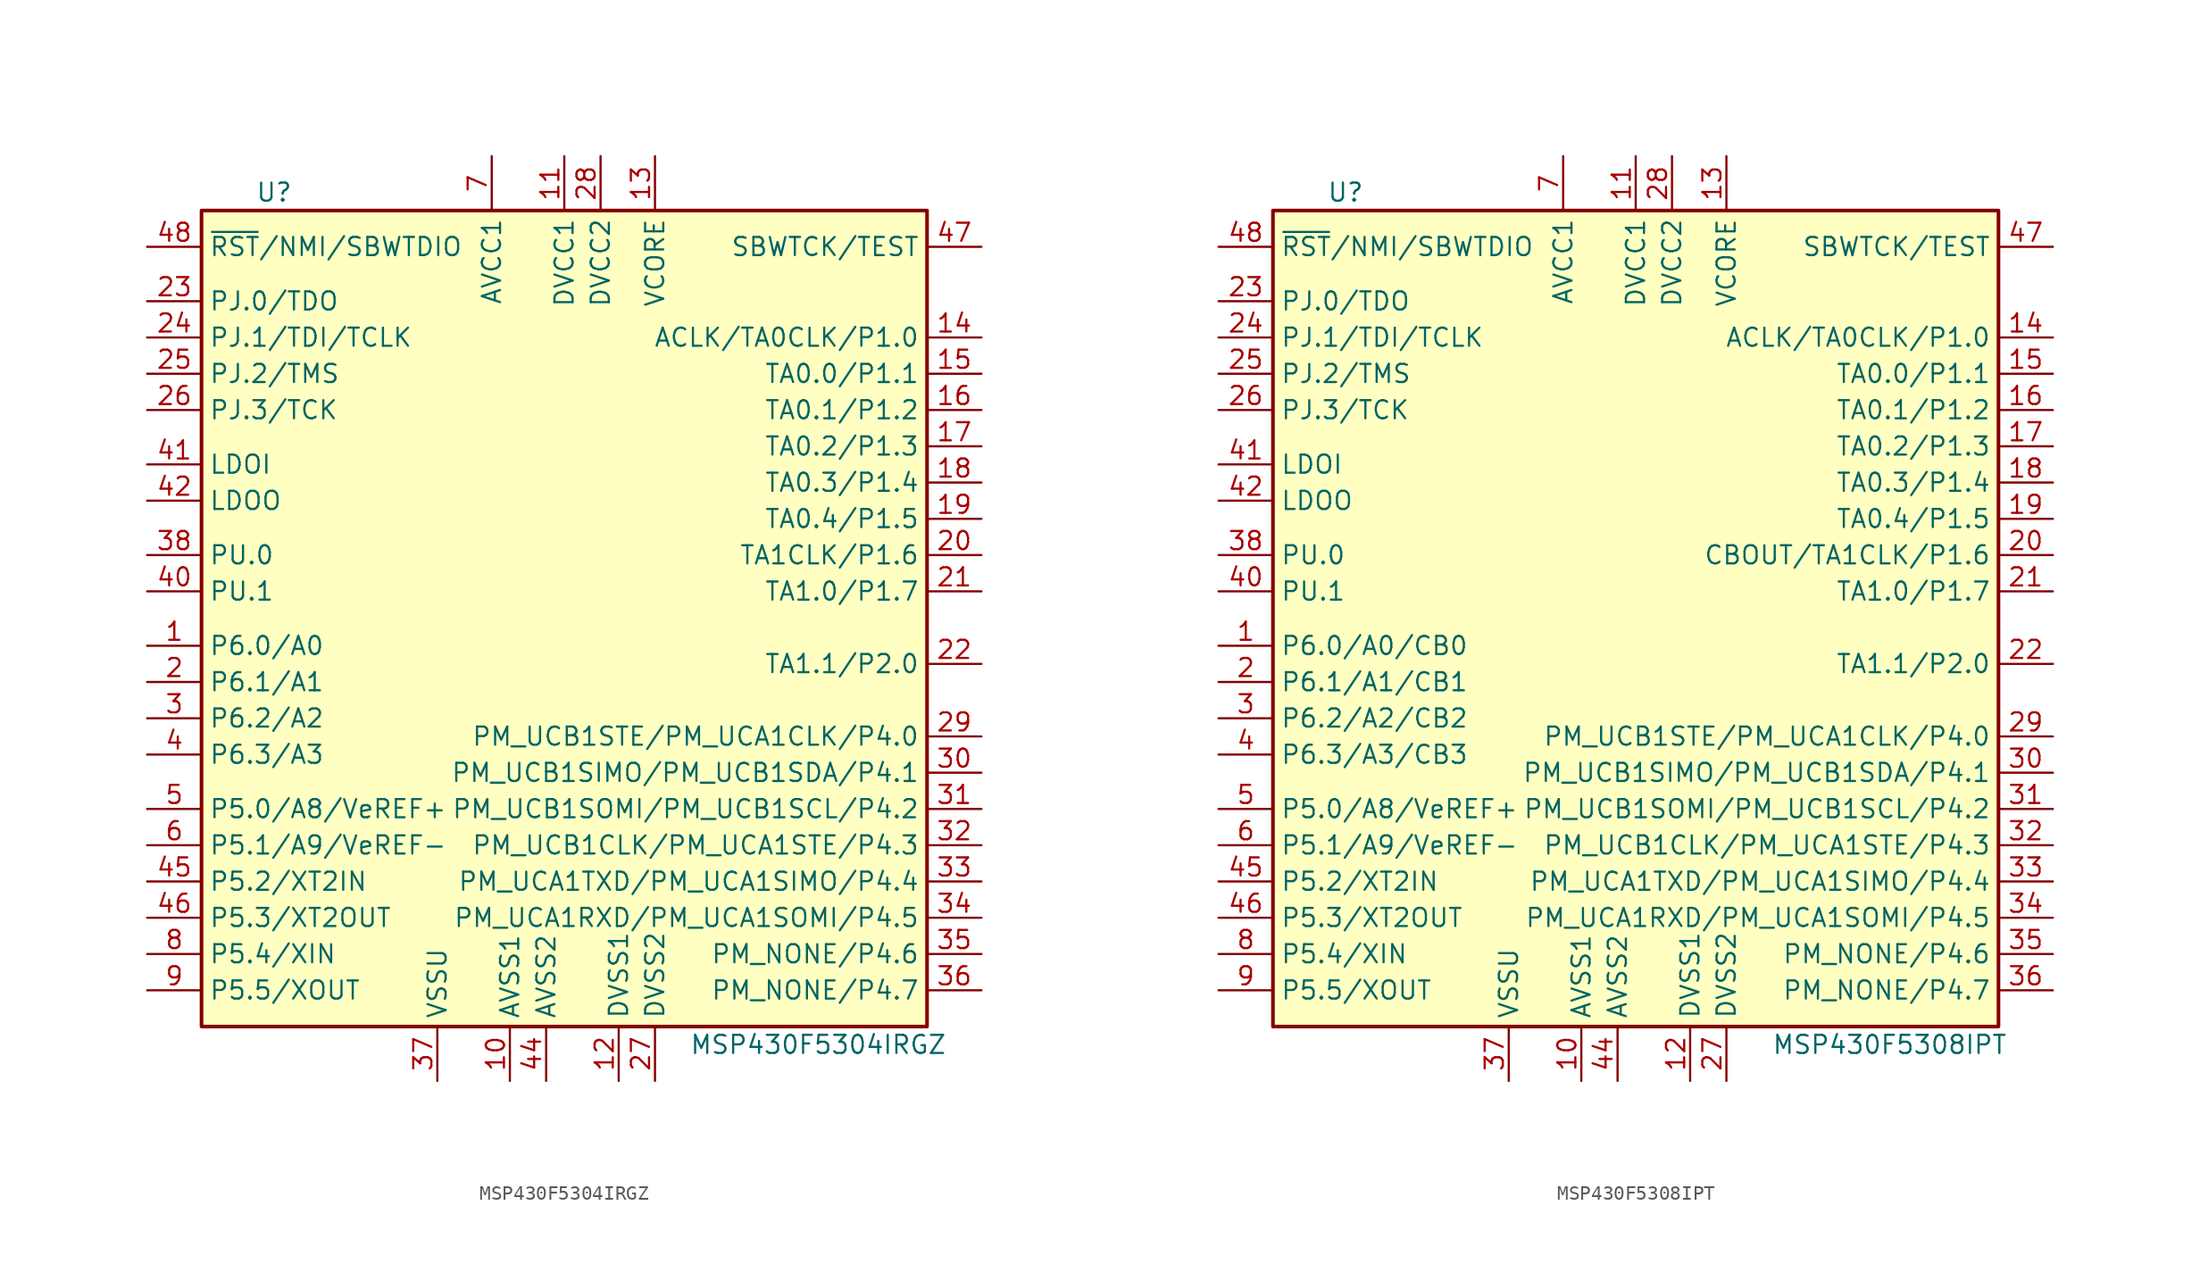
<source format=kicad_sym>
(kicad_symbol_lib
  (version 20220914)
  (generator kicad_symbol_editor)
  (symbol "MSP430F5304IRGZ"
    (property "Reference" "U"
      (at -21.59 30.48 0)
      (effects (font (size 1.27 1.27))))
    (property "Value" "MSP430F5304IRGZ"
      (at 16.51 -29.21 0)
      (effects (font (size 1.27 1.27))))
    (symbol "MSP430F5304IRGZ_0_1"
      (rectangle (start -26.67 29.21) (end 24.13 -27.94) (stroke (width 0.254) (type default)) (fill (type background))))
    (symbol "MSP430F5304IRGZ_1_1"
      (pin bidirectional line (at -30.48 -1.27 0) (length 3.81) (name "P6.0/A0" (effects (font (size 1.27 1.27)))) (number "1" (effects (font (size 1.27 1.27)))))
      (pin power_in line (at -5.08 -31.75 90) (length 3.81) (name "AVSS1" (effects (font (size 1.27 1.27)))) (number "10" (effects (font (size 1.27 1.27)))))
      (pin power_in line (at -1.27 33.02 270) (length 3.81) (name "DVCC1" (effects (font (size 1.27 1.27)))) (number "11" (effects (font (size 1.27 1.27)))))
      (pin power_in line (at 2.54 -31.75 90) (length 3.81) (name "DVSS1" (effects (font (size 1.27 1.27)))) (number "12" (effects (font (size 1.27 1.27)))))
      (pin bidirectional line (at 5.08 33.02 270) (length 3.81) (name "VCORE" (effects (font (size 1.27 1.27)))) (number "13" (effects (font (size 1.27 1.27)))))
      (pin bidirectional line (at 27.94 20.32 180) (length 3.81) (name "ACLK/TA0CLK/P1.0" (effects (font (size 1.27 1.27)))) (number "14" (effects (font (size 1.27 1.27)))))
      (pin bidirectional line (at 27.94 17.78 180) (length 3.81) (name "TA0.0/P1.1" (effects (font (size 1.27 1.27)))) (number "15" (effects (font (size 1.27 1.27)))))
      (pin bidirectional line (at 27.94 15.24 180) (length 3.81) (name "TA0.1/P1.2" (effects (font (size 1.27 1.27)))) (number "16" (effects (font (size 1.27 1.27)))))
      (pin bidirectional line (at 27.94 12.7 180) (length 3.81) (name "TA0.2/P1.3" (effects (font (size 1.27 1.27)))) (number "17" (effects (font (size 1.27 1.27)))))
      (pin bidirectional line (at 27.94 10.16 180) (length 3.81) (name "TA0.3/P1.4" (effects (font (size 1.27 1.27)))) (number "18" (effects (font (size 1.27 1.27)))))
      (pin bidirectional line (at 27.94 7.62 180) (length 3.81) (name "TA0.4/P1.5" (effects (font (size 1.27 1.27)))) (number "19" (effects (font (size 1.27 1.27)))))
      (pin bidirectional line (at -30.48 -3.81 0) (length 3.81) (name "P6.1/A1" (effects (font (size 1.27 1.27)))) (number "2" (effects (font (size 1.27 1.27)))))
      (pin bidirectional line (at 27.94 5.08 180) (length 3.81) (name "TA1CLK/P1.6" (effects (font (size 1.27 1.27)))) (number "20" (effects (font (size 1.27 1.27)))))
      (pin bidirectional line (at 27.94 2.54 180) (length 3.81) (name "TA1.0/P1.7" (effects (font (size 1.27 1.27)))) (number "21" (effects (font (size 1.27 1.27)))))
      (pin bidirectional line (at 27.94 -2.54 180) (length 3.81) (name "TA1.1/P2.0" (effects (font (size 1.27 1.27)))) (number "22" (effects (font (size 1.27 1.27)))))
      (pin bidirectional line (at -30.48 22.86 0) (length 3.81) (name "PJ.0/TDO" (effects (font (size 1.27 1.27)))) (number "23" (effects (font (size 1.27 1.27)))))
      (pin bidirectional line (at -30.48 20.32 0) (length 3.81) (name "PJ.1/TDI/TCLK" (effects (font (size 1.27 1.27)))) (number "24" (effects (font (size 1.27 1.27)))))
      (pin bidirectional line (at -30.48 17.78 0) (length 3.81) (name "PJ.2/TMS" (effects (font (size 1.27 1.27)))) (number "25" (effects (font (size 1.27 1.27)))))
      (pin bidirectional line (at -30.48 15.24 0) (length 3.81) (name "PJ.3/TCK" (effects (font (size 1.27 1.27)))) (number "26" (effects (font (size 1.27 1.27)))))
      (pin power_in line (at 5.08 -31.75 90) (length 3.81) (name "DVSS2" (effects (font (size 1.27 1.27)))) (number "27" (effects (font (size 1.27 1.27)))))
      (pin power_in line (at 1.27 33.02 270) (length 3.81) (name "DVCC2" (effects (font (size 1.27 1.27)))) (number "28" (effects (font (size 1.27 1.27)))))
      (pin bidirectional line (at 27.94 -7.62 180) (length 3.81) (name "PM_UCB1STE/PM_UCA1CLK/P4.0" (effects (font (size 1.27 1.27)))) (number "29" (effects (font (size 1.27 1.27)))))
      (pin bidirectional line (at -30.48 -6.35 0) (length 3.81) (name "P6.2/A2" (effects (font (size 1.27 1.27)))) (number "3" (effects (font (size 1.27 1.27)))))
      (pin bidirectional line (at 27.94 -10.16 180) (length 3.81) (name "PM_UCB1SIMO/PM_UCB1SDA/P4.1" (effects (font (size 1.27 1.27)))) (number "30" (effects (font (size 1.27 1.27)))))
      (pin bidirectional line (at 27.94 -12.7 180) (length 3.81) (name "PM_UCB1SOMI/PM_UCB1SCL/P4.2" (effects (font (size 1.27 1.27)))) (number "31" (effects (font (size 1.27 1.27)))))
      (pin bidirectional line (at 27.94 -15.24 180) (length 3.81) (name "PM_UCB1CLK/PM_UCA1STE/P4.3" (effects (font (size 1.27 1.27)))) (number "32" (effects (font (size 1.27 1.27)))))
      (pin bidirectional line (at 27.94 -17.78 180) (length 3.81) (name "PM_UCA1TXD/PM_UCA1SIMO/P4.4" (effects (font (size 1.27 1.27)))) (number "33" (effects (font (size 1.27 1.27)))))
      (pin bidirectional line (at 27.94 -20.32 180) (length 3.81) (name "PM_UCA1RXD/PM_UCA1SOMI/P4.5" (effects (font (size 1.27 1.27)))) (number "34" (effects (font (size 1.27 1.27)))))
      (pin bidirectional line (at 27.94 -22.86 180) (length 3.81) (name "PM_NONE/P4.6" (effects (font (size 1.27 1.27)))) (number "35" (effects (font (size 1.27 1.27)))))
      (pin bidirectional line (at 27.94 -25.4 180) (length 3.81) (name "PM_NONE/P4.7" (effects (font (size 1.27 1.27)))) (number "36" (effects (font (size 1.27 1.27)))))
      (pin power_in line (at -10.16 -31.75 90) (length 3.81) (name "VSSU" (effects (font (size 1.27 1.27)))) (number "37" (effects (font (size 1.27 1.27)))))
      (pin bidirectional line (at -30.48 5.08 0) (length 3.81) (name "PU.0" (effects (font (size 1.27 1.27)))) (number "38" (effects (font (size 1.27 1.27)))))
      (pin bidirectional line (at -30.48 -8.89 0) (length 3.81) (name "P6.3/A3" (effects (font (size 1.27 1.27)))) (number "4" (effects (font (size 1.27 1.27)))))
      (pin bidirectional line (at -30.48 2.54 0) (length 3.81) (name "PU.1" (effects (font (size 1.27 1.27)))) (number "40" (effects (font (size 1.27 1.27)))))
      (pin power_in line (at -30.48 11.43 0) (length 3.81) (name "LDOI" (effects (font (size 1.27 1.27)))) (number "41" (effects (font (size 1.27 1.27)))))
      (pin power_out line (at -30.48 8.89 0) (length 3.81) (name "LDOO" (effects (font (size 1.27 1.27)))) (number "42" (effects (font (size 1.27 1.27)))))
      (pin power_in line (at -2.54 -31.75 90) (length 3.81) (name "AVSS2" (effects (font (size 1.27 1.27)))) (number "44" (effects (font (size 1.27 1.27)))))
      (pin bidirectional line (at -30.48 -17.78 0) (length 3.81) (name "P5.2/XT2IN" (effects (font (size 1.27 1.27)))) (number "45" (effects (font (size 1.27 1.27)))))
      (pin bidirectional line (at -30.48 -20.32 0) (length 3.81) (name "P5.3/XT2OUT" (effects (font (size 1.27 1.27)))) (number "46" (effects (font (size 1.27 1.27)))))
      (pin input line (at 27.94 26.67 180) (length 3.81) (name "SBWTCK/TEST" (effects (font (size 1.27 1.27)))) (number "47" (effects (font (size 1.27 1.27)))))
      (pin input line (at -30.48 26.67 0) (length 3.81) (name "~{RST}/NMI/SBWTDIO" (effects (font (size 1.27 1.27)))) (number "48" (effects (font (size 1.27 1.27)))))
      (pin bidirectional line (at -30.48 -12.7 0) (length 3.81) (name "P5.0/A8/VeREF+" (effects (font (size 1.27 1.27)))) (number "5" (effects (font (size 1.27 1.27)))))
      (pin bidirectional line (at -30.48 -15.24 0) (length 3.81) (name "P5.1/A9/VeREF-" (effects (font (size 1.27 1.27)))) (number "6" (effects (font (size 1.27 1.27)))))
      (pin power_in line (at -6.35 33.02 270) (length 3.81) (name "AVCC1" (effects (font (size 1.27 1.27)))) (number "7" (effects (font (size 1.27 1.27)))))
      (pin bidirectional line (at -30.48 -22.86 0) (length 3.81) (name "P5.4/XIN" (effects (font (size 1.27 1.27)))) (number "8" (effects (font (size 1.27 1.27)))))
      (pin bidirectional line (at -30.48 -25.4 0) (length 3.81) (name "P5.5/XOUT" (effects (font (size 1.27 1.27)))) (number "9" (effects (font (size 1.27 1.27)))))))
  (symbol "MSP430F5308IPT"
    (property "Reference" "U"
      (at -21.59 30.48 0)
      (effects (font (size 1.27 1.27))))
    (property "Value" "MSP430F5308IPT"
      (at 16.51 -29.21 0)
      (effects (font (size 1.27 1.27))))
    (symbol "MSP430F5308IPT_0_1"
      (rectangle (start -26.67 29.21) (end 24.13 -27.94) (stroke (width 0.254) (type default)) (fill (type background))))
    (symbol "MSP430F5308IPT_1_1"
      (pin bidirectional line (at -30.48 -1.27 0) (length 3.81) (name "P6.0/A0/CB0" (effects (font (size 1.27 1.27)))) (number "1" (effects (font (size 1.27 1.27)))))
      (pin power_in line (at -5.08 -31.75 90) (length 3.81) (name "AVSS1" (effects (font (size 1.27 1.27)))) (number "10" (effects (font (size 1.27 1.27)))))
      (pin power_in line (at -1.27 33.02 270) (length 3.81) (name "DVCC1" (effects (font (size 1.27 1.27)))) (number "11" (effects (font (size 1.27 1.27)))))
      (pin power_in line (at 2.54 -31.75 90) (length 3.81) (name "DVSS1" (effects (font (size 1.27 1.27)))) (number "12" (effects (font (size 1.27 1.27)))))
      (pin bidirectional line (at 5.08 33.02 270) (length 3.81) (name "VCORE" (effects (font (size 1.27 1.27)))) (number "13" (effects (font (size 1.27 1.27)))))
      (pin bidirectional line (at 27.94 20.32 180) (length 3.81) (name "ACLK/TA0CLK/P1.0" (effects (font (size 1.27 1.27)))) (number "14" (effects (font (size 1.27 1.27)))))
      (pin bidirectional line (at 27.94 17.78 180) (length 3.81) (name "TA0.0/P1.1" (effects (font (size 1.27 1.27)))) (number "15" (effects (font (size 1.27 1.27)))))
      (pin bidirectional line (at 27.94 15.24 180) (length 3.81) (name "TA0.1/P1.2" (effects (font (size 1.27 1.27)))) (number "16" (effects (font (size 1.27 1.27)))))
      (pin bidirectional line (at 27.94 12.7 180) (length 3.81) (name "TA0.2/P1.3" (effects (font (size 1.27 1.27)))) (number "17" (effects (font (size 1.27 1.27)))))
      (pin bidirectional line (at 27.94 10.16 180) (length 3.81) (name "TA0.3/P1.4" (effects (font (size 1.27 1.27)))) (number "18" (effects (font (size 1.27 1.27)))))
      (pin bidirectional line (at 27.94 7.62 180) (length 3.81) (name "TA0.4/P1.5" (effects (font (size 1.27 1.27)))) (number "19" (effects (font (size 1.27 1.27)))))
      (pin bidirectional line (at -30.48 -3.81 0) (length 3.81) (name "P6.1/A1/CB1" (effects (font (size 1.27 1.27)))) (number "2" (effects (font (size 1.27 1.27)))))
      (pin bidirectional line (at 27.94 5.08 180) (length 3.81) (name "CBOUT/TA1CLK/P1.6" (effects (font (size 1.27 1.27)))) (number "20" (effects (font (size 1.27 1.27)))))
      (pin bidirectional line (at 27.94 2.54 180) (length 3.81) (name "TA1.0/P1.7" (effects (font (size 1.27 1.27)))) (number "21" (effects (font (size 1.27 1.27)))))
      (pin bidirectional line (at 27.94 -2.54 180) (length 3.81) (name "TA1.1/P2.0" (effects (font (size 1.27 1.27)))) (number "22" (effects (font (size 1.27 1.27)))))
      (pin bidirectional line (at -30.48 22.86 0) (length 3.81) (name "PJ.0/TDO" (effects (font (size 1.27 1.27)))) (number "23" (effects (font (size 1.27 1.27)))))
      (pin bidirectional line (at -30.48 20.32 0) (length 3.81) (name "PJ.1/TDI/TCLK" (effects (font (size 1.27 1.27)))) (number "24" (effects (font (size 1.27 1.27)))))
      (pin bidirectional line (at -30.48 17.78 0) (length 3.81) (name "PJ.2/TMS" (effects (font (size 1.27 1.27)))) (number "25" (effects (font (size 1.27 1.27)))))
      (pin bidirectional line (at -30.48 15.24 0) (length 3.81) (name "PJ.3/TCK" (effects (font (size 1.27 1.27)))) (number "26" (effects (font (size 1.27 1.27)))))
      (pin power_in line (at 5.08 -31.75 90) (length 3.81) (name "DVSS2" (effects (font (size 1.27 1.27)))) (number "27" (effects (font (size 1.27 1.27)))))
      (pin power_in line (at 1.27 33.02 270) (length 3.81) (name "DVCC2" (effects (font (size 1.27 1.27)))) (number "28" (effects (font (size 1.27 1.27)))))
      (pin bidirectional line (at 27.94 -7.62 180) (length 3.81) (name "PM_UCB1STE/PM_UCA1CLK/P4.0" (effects (font (size 1.27 1.27)))) (number "29" (effects (font (size 1.27 1.27)))))
      (pin bidirectional line (at -30.48 -6.35 0) (length 3.81) (name "P6.2/A2/CB2" (effects (font (size 1.27 1.27)))) (number "3" (effects (font (size 1.27 1.27)))))
      (pin bidirectional line (at 27.94 -10.16 180) (length 3.81) (name "PM_UCB1SIMO/PM_UCB1SDA/P4.1" (effects (font (size 1.27 1.27)))) (number "30" (effects (font (size 1.27 1.27)))))
      (pin bidirectional line (at 27.94 -12.7 180) (length 3.81) (name "PM_UCB1SOMI/PM_UCB1SCL/P4.2" (effects (font (size 1.27 1.27)))) (number "31" (effects (font (size 1.27 1.27)))))
      (pin bidirectional line (at 27.94 -15.24 180) (length 3.81) (name "PM_UCB1CLK/PM_UCA1STE/P4.3" (effects (font (size 1.27 1.27)))) (number "32" (effects (font (size 1.27 1.27)))))
      (pin bidirectional line (at 27.94 -17.78 180) (length 3.81) (name "PM_UCA1TXD/PM_UCA1SIMO/P4.4" (effects (font (size 1.27 1.27)))) (number "33" (effects (font (size 1.27 1.27)))))
      (pin bidirectional line (at 27.94 -20.32 180) (length 3.81) (name "PM_UCA1RXD/PM_UCA1SOMI/P4.5" (effects (font (size 1.27 1.27)))) (number "34" (effects (font (size 1.27 1.27)))))
      (pin bidirectional line (at 27.94 -22.86 180) (length 3.81) (name "PM_NONE/P4.6" (effects (font (size 1.27 1.27)))) (number "35" (effects (font (size 1.27 1.27)))))
      (pin bidirectional line (at 27.94 -25.4 180) (length 3.81) (name "PM_NONE/P4.7" (effects (font (size 1.27 1.27)))) (number "36" (effects (font (size 1.27 1.27)))))
      (pin power_in line (at -10.16 -31.75 90) (length 3.81) (name "VSSU" (effects (font (size 1.27 1.27)))) (number "37" (effects (font (size 1.27 1.27)))))
      (pin bidirectional line (at -30.48 5.08 0) (length 3.81) (name "PU.0" (effects (font (size 1.27 1.27)))) (number "38" (effects (font (size 1.27 1.27)))))
      (pin bidirectional line (at -30.48 -8.89 0) (length 3.81) (name "P6.3/A3/CB3" (effects (font (size 1.27 1.27)))) (number "4" (effects (font (size 1.27 1.27)))))
      (pin bidirectional line (at -30.48 2.54 0) (length 3.81) (name "PU.1" (effects (font (size 1.27 1.27)))) (number "40" (effects (font (size 1.27 1.27)))))
      (pin power_in line (at -30.48 11.43 0) (length 3.81) (name "LDOI" (effects (font (size 1.27 1.27)))) (number "41" (effects (font (size 1.27 1.27)))))
      (pin power_out line (at -30.48 8.89 0) (length 3.81) (name "LDOO" (effects (font (size 1.27 1.27)))) (number "42" (effects (font (size 1.27 1.27)))))
      (pin power_in line (at -2.54 -31.75 90) (length 3.81) (name "AVSS2" (effects (font (size 1.27 1.27)))) (number "44" (effects (font (size 1.27 1.27)))))
      (pin bidirectional line (at -30.48 -17.78 0) (length 3.81) (name "P5.2/XT2IN" (effects (font (size 1.27 1.27)))) (number "45" (effects (font (size 1.27 1.27)))))
      (pin bidirectional line (at -30.48 -20.32 0) (length 3.81) (name "P5.3/XT2OUT" (effects (font (size 1.27 1.27)))) (number "46" (effects (font (size 1.27 1.27)))))
      (pin input line (at 27.94 26.67 180) (length 3.81) (name "SBWTCK/TEST" (effects (font (size 1.27 1.27)))) (number "47" (effects (font (size 1.27 1.27)))))
      (pin input line (at -30.48 26.67 0) (length 3.81) (name "~{RST}/NMI/SBWTDIO" (effects (font (size 1.27 1.27)))) (number "48" (effects (font (size 1.27 1.27)))))
      (pin bidirectional line (at -30.48 -12.7 0) (length 3.81) (name "P5.0/A8/VeREF+" (effects (font (size 1.27 1.27)))) (number "5" (effects (font (size 1.27 1.27)))))
      (pin bidirectional line (at -30.48 -15.24 0) (length 3.81) (name "P5.1/A9/VeREF-" (effects (font (size 1.27 1.27)))) (number "6" (effects (font (size 1.27 1.27)))))
      (pin power_in line (at -6.35 33.02 270) (length 3.81) (name "AVCC1" (effects (font (size 1.27 1.27)))) (number "7" (effects (font (size 1.27 1.27)))))
      (pin bidirectional line (at -30.48 -22.86 0) (length 3.81) (name "P5.4/XIN" (effects (font (size 1.27 1.27)))) (number "8" (effects (font (size 1.27 1.27)))))
      (pin bidirectional line (at -30.48 -25.4 0) (length 3.81) (name "P5.5/XOUT" (effects (font (size 1.27 1.27)))) (number "9" (effects (font (size 1.27 1.27))))))))
</source>
